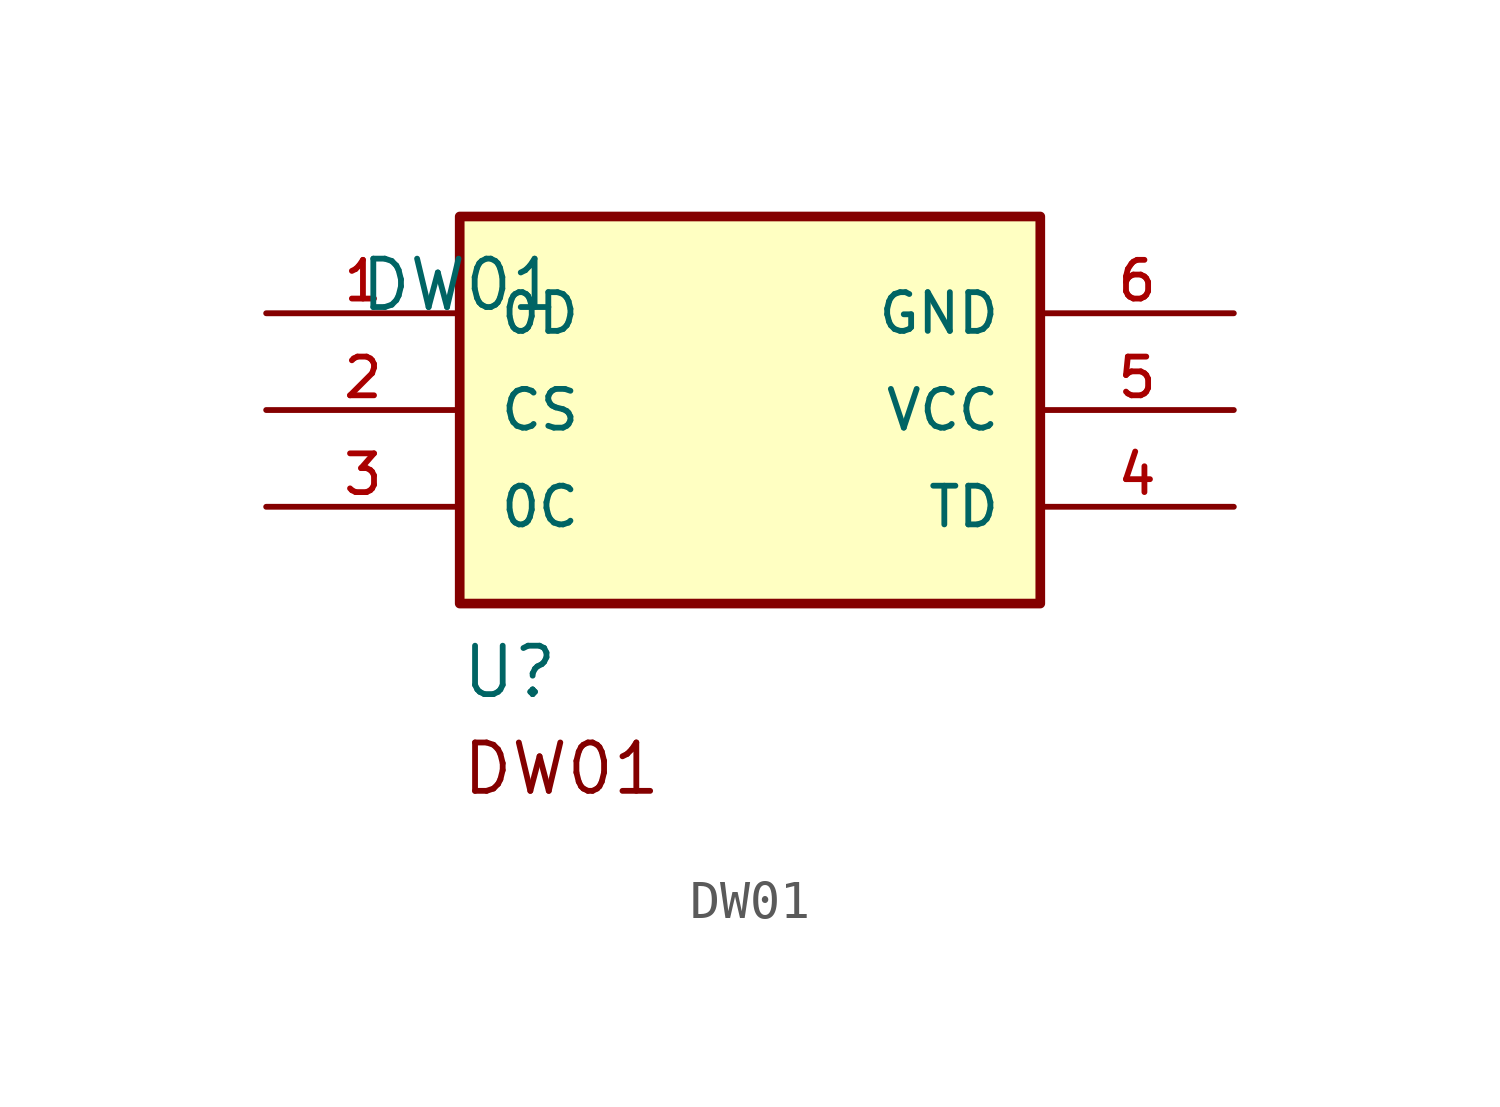
<source format=kicad_sym>
(kicad_symbol_lib
  (version 20211014)
  (generator kicad_symbol_editor)
  (symbol "DW01"
    (pin_names
      (offset 1.016))
    (property "Reference" "U"
      (at 0.0 -10.16 0)
      (effects (font (size 1.27 1.27)) (justify bottom left)))
    (property "Value" "DW01"
      (at 0 0.0 0)
      (effects (font (size 1.27 1.27)) (justify bottom)))
    (symbol "DW01_0_0"
      (text "DW01" (at 0.0 -12.7 0) (effects (font (size 1.27 1.27)) (justify bottom left)))
      (rectangle (start -8.881784197e-16 -7.62) (end 15.24 2.54) (stroke (width 0.254)) (fill (type background)))
      (pin bidirectional line (at -5.08 0.0 0) (length 5.08) (name "0D" (effects (font (size 1.016 1.016)))) (number "1" (effects (font (size 1.016 1.016)))))
      (pin bidirectional line (at -5.08 -2.54 0) (length 5.08) (name "CS" (effects (font (size 1.016 1.016)))) (number "2" (effects (font (size 1.016 1.016)))))
      (pin bidirectional line (at -5.08 -5.08 0) (length 5.08) (name "0C" (effects (font (size 1.016 1.016)))) (number "3" (effects (font (size 1.016 1.016)))))
      (pin bidirectional line (at 20.32 0.0 180.0) (length 5.08) (name "GND" (effects (font (size 1.016 1.016)))) (number "6" (effects (font (size 1.016 1.016)))))
      (pin bidirectional line (at 20.32 -2.54 180.0) (length 5.08) (name "VCC" (effects (font (size 1.016 1.016)))) (number "5" (effects (font (size 1.016 1.016)))))
      (pin bidirectional line (at 20.32 -5.08 180.0) (length 5.08) (name "TD" (effects (font (size 1.016 1.016)))) (number "4" (effects (font (size 1.016 1.016))))))))
</source>
